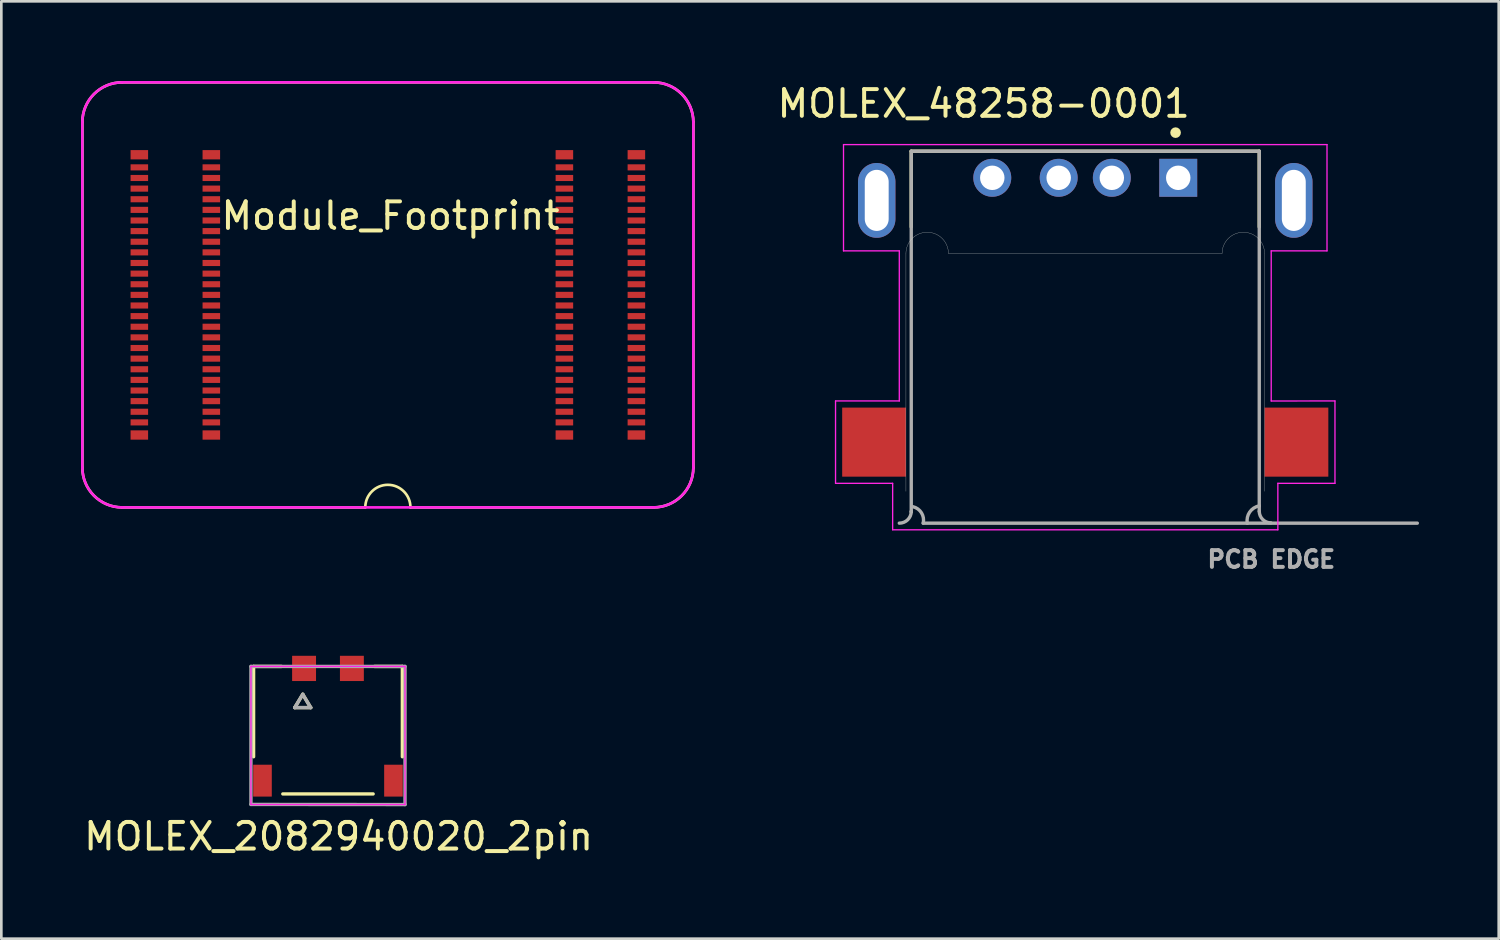
<source format=kicad_pcb>
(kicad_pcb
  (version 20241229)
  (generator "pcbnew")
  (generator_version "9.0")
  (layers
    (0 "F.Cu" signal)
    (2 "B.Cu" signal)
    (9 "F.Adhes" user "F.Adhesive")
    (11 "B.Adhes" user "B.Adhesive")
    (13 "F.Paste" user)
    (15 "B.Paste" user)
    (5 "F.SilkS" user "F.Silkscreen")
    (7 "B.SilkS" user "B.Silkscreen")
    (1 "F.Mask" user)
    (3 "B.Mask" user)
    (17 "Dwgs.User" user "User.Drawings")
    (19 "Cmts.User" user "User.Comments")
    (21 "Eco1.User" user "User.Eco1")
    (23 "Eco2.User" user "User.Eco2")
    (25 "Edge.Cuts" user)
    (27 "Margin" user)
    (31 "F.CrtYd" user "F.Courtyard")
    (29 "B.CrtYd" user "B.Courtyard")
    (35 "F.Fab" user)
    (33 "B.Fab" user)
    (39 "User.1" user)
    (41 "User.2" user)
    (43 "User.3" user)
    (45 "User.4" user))
  (footprint "MOLEX_48258-0001"
    (layer "F.Cu")
    (at 37.752 15.443)
    (property "Reference" "MOLEX_48258-0001" (at -3.775 -14.591 0) (layer "F.SilkS") (effects (font (size 1.005 1.005) (thickness 0.15))))
    (attr through_hole)
    (fp_line (start -6.5 -12.8) (end -6.5 -9.95) (stroke (width 0.127) (type solid)) (layer "F.SilkS"))
    (fp_line (start -6.5 -12.8) (end 6.6 -12.8) (stroke (width 0.127) (type solid)) (layer "F.SilkS"))
    (fp_line (start 6.6 -12.8) (end 6.6 -9.95) (stroke (width 0.127) (type solid)) (layer "F.SilkS"))
    (fp_circle (center 3.45 -13.5) (end 3.55 -13.5) (stroke (width 0.2) (type solid)) (fill no) (layer "F.SilkS"))
    (fp_line (start -6.7 -8.95) (end -6.7 0) (stroke (width 0.01) (type solid)) (layer "Edge.Cuts"))
    (fp_line (start -5.1 -8.95) (end 5.2 -8.95) (stroke (width 0.01) (type solid)) (layer "Edge.Cuts"))
    (fp_line (start 6.8 -8.95) (end 6.8 0) (stroke (width 0.01) (type solid)) (layer "Edge.Cuts"))
    (fp_arc (start -6.7 -8.95) (mid -5.9 -9.75) (end -5.1 -8.95) (stroke (width 0.01) (type default)) (layer "Edge.Cuts"))
    (fp_arc (start 5.2 -8.95) (mid 6 -9.75) (end 6.8 -8.95) (stroke (width 0.01) (type default)) (layer "Edge.Cuts"))
    (fp_line (start -9.35 -3.4) (end -6.95 -3.4) (stroke (width 0.05) (type solid)) (layer "F.CrtYd"))
    (fp_line (start -9.35 -0.3) (end -9.35 -3.4) (stroke (width 0.05) (type solid)) (layer "F.CrtYd"))
    (fp_line (start -9.05 -13.05) (end -9.05 -9.05) (stroke (width 0.05) (type solid)) (layer "F.CrtYd"))
    (fp_line (start -9.05 -13.05) (end 9.15 -13.05) (stroke (width 0.05) (type solid)) (layer "F.CrtYd"))
    (fp_line (start -9.05 -9.05) (end -6.95 -9.05) (stroke (width 0.05) (type solid)) (layer "F.CrtYd"))
    (fp_line (start -7.2 -0.3) (end -9.35 -0.3) (stroke (width 0.05) (type solid)) (layer "F.CrtYd"))
    (fp_line (start -7.2 1.45) (end -7.2 -0.3) (stroke (width 0.05) (type solid)) (layer "F.CrtYd"))
    (fp_line (start -6.95 -9.05) (end -6.95 -3.4) (stroke (width 0.05) (type solid)) (layer "F.CrtYd"))
    (fp_line (start 7.05 -9.05) (end 7.05 -3.399) (stroke (width 0.05) (type solid)) (layer "F.CrtYd"))
    (fp_line (start 7.05 -3.399) (end 9.45 -3.4) (stroke (width 0.05) (type solid)) (layer "F.CrtYd"))
    (fp_line (start 7.3 -0.3) (end 7.3 1.45) (stroke (width 0.05) (type solid)) (layer "F.CrtYd"))
    (fp_line (start 7.3 1.45) (end -7.2 1.45) (stroke (width 0.05) (type solid)) (layer "F.CrtYd"))
    (fp_line (start 9.15 -13.05) (end 9.15 -9.05) (stroke (width 0.05) (type solid)) (layer "F.CrtYd"))
    (fp_line (start 9.15 -9.05) (end 7.05 -9.05) (stroke (width 0.05) (type solid)) (layer "F.CrtYd"))
    (fp_line (start 9.45 -3.4) (end 9.45 -0.3) (stroke (width 0.05) (type solid)) (layer "F.CrtYd"))
    (fp_line (start 9.45 -0.3) (end 7.3 -0.3) (stroke (width 0.05) (type solid)) (layer "F.CrtYd"))
    (fp_line (start -6.5 -12.8) (end 6.6 -12.8) (stroke (width 0.127) (type solid)) (layer "F.Fab"))
    (fp_line (start -6.5 0.76) (end -6.5 -12.8) (stroke (width 0.127) (type solid)) (layer "F.Fab"))
    (fp_line (start -6.5 0.78) (end -6.5 0.76) (stroke (width 0.127) (type solid)) (layer "F.Fab"))
    (fp_line (start -6.05 1.2) (end 6.15 1.2) (stroke (width 0.127) (type solid)) (layer "F.Fab"))
    (fp_line (start 6.15 1.2) (end 12.55 1.2) (stroke (width 0.127) (type solid)) (layer "F.Fab"))
    (fp_line (start 6.6 -12.8) (end 6.6 0.55) (stroke (width 0.127) (type solid)) (layer "F.Fab"))
    (fp_line (start 6.6 0.55) (end 6.6 0.76) (stroke (width 0.127) (type solid)) (layer "F.Fab"))
    (fp_arc (start -6.5 0.76) (mid -6.633873 1.073198) (end -6.95 1.2) (stroke (width 0.127) (type solid)) (layer "F.Fab"))
    (fp_arc (start -6.44 0.58) (mid -6.116594 0.809228) (end -6.05 1.2) (stroke (width 0.127) (type solid)) (layer "F.Fab"))
    (fp_arc (start 6.15 1.2) (mid 6.240381 0.781802) (end 6.6 0.55) (stroke (width 0.127) (type solid)) (layer "F.Fab"))
    (fp_arc (start 7.04 1.19) (mid 6.728873 1.061127) (end 6.6 0.75) (stroke (width 0.127) (type solid)) (layer "F.Fab"))
    (fp_text user "PCB EDGE" (at 7.053 2.562 0) (layer "F.Fab") (effects (font (size 0.63 0.63) (thickness 0.15))))
    (pad "1" thru_hole rect (at 3.55 -11.8) (size 1.428 1.428) (drill 0.92) (layers "*.Cu" "*.Mask"))
    (pad "2" thru_hole circle (at 1.05 -11.8) (size 1.428 1.428) (drill 0.92) (layers "*.Cu" "*.Mask"))
    (pad "3" thru_hole circle (at -0.95 -11.8) (size 1.428 1.428) (drill 0.92) (layers "*.Cu" "*.Mask"))
    (pad "4" thru_hole circle (at -3.45 -11.8) (size 1.428 1.428) (drill 0.92) (layers "*.Cu" "*.Mask"))
    (pad "5" smd rect (at -7.9 -1.85) (size 2.4 2.6) (layers "F.Cu" "F.Mask" "F.Paste"))
    (pad "5" thru_hole oval (at -7.8 -10.95) (size 1.408 2.816) (drill oval 0.9 2.3) (layers "*.Cu" "*.Mask"))
    (pad "5" thru_hole oval (at 7.9 -10.95) (size 1.408 2.816) (drill oval 0.9 2.3) (layers "*.Cu" "*.Mask"))
    (pad "5" smd rect (at 8 -1.85) (size 2.4 2.6) (layers "F.Cu" "F.Mask" "F.Paste")))
  (footprint "MOLEX_2082940020_2pin"
    (layer "F.Cu")
    (at 9.296 26.336)
    (property "Reference" "MOLEX_2082940020_2pin" (at 0.4 2.1 180) (layer "F.SilkS") (effects (font (size 1 1) (thickness 0.15))))
    (attr smd)
    (fp_line (start -2.8 -4.3) (end -1.75 -4.3) (stroke (width 0.127) (type solid)) (layer "F.SilkS"))
    (fp_line (start -2.8 -0.9) (end -2.8 -4.3) (stroke (width 0.127) (type solid)) (layer "F.SilkS"))
    (fp_line (start -1.7 0.5) (end 1.7 0.5) (stroke (width 0.127) (type solid)) (layer "F.SilkS"))
    (fp_line (start -1.25 -2.75) (end -0.95 -3.25) (stroke (width 0.127) (type solid)) (layer "F.SilkS"))
    (fp_line (start -0.95 -3.25) (end -0.65 -2.75) (stroke (width 0.127) (type solid)) (layer "F.SilkS"))
    (fp_line (start -0.65 -2.75) (end -1.25 -2.75) (stroke (width 0.127) (type solid)) (layer "F.SilkS"))
    (fp_line (start 1.75 -4.3) (end 2.8 -4.3) (stroke (width 0.127) (type solid)) (layer "F.SilkS"))
    (fp_line (start 2.8 -4.3) (end 2.8 -0.9) (stroke (width 0.127) (type solid)) (layer "F.SilkS"))
    (fp_line (start -2.9 0.9) (end -2.9 -4.3) (stroke (width 0.05) (type solid)) (layer "F.CrtYd"))
    (fp_line (start 2.9 -4.3) (end -2.9 -4.3) (stroke (width 0.05) (type solid)) (layer "F.CrtYd"))
    (fp_line (start 2.9 -4.3) (end 2.9 0.9) (stroke (width 0.05) (type solid)) (layer "F.CrtYd"))
    (fp_line (start 2.9 0.9) (end -2.9 0.9) (stroke (width 0.05) (type solid)) (layer "F.CrtYd"))
    (fp_line (start -2.9 -4.3) (end 2.9 -4.3) (stroke (width 0.127) (type solid)) (layer "F.Fab"))
    (fp_line (start -2.9 0.895) (end -2.9 -4.3) (stroke (width 0.127) (type solid)) (layer "F.Fab"))
    (fp_line (start -1.25 -2.75) (end -0.95 -3.25) (stroke (width 0.127) (type solid)) (layer "F.Fab"))
    (fp_line (start -0.95 -3.25) (end -0.65 -2.75) (stroke (width 0.127) (type solid)) (layer "F.Fab"))
    (fp_line (start -0.65 -2.75) (end -1.25 -2.75) (stroke (width 0.127) (type solid)) (layer "F.Fab"))
    (fp_line (start 2.9 -4.3) (end 2.9 0.9) (stroke (width 0.127) (type solid)) (layer "F.Fab"))
    (fp_line (start 2.9 0.9) (end -2.9 0.895) (stroke (width 0.127) (type solid)) (layer "F.Fab"))
    (pad "1" smd rect (at -0.9 -4.225 180) (size 0.9 0.95) (layers "F.Cu" "F.Mask" "F.Paste"))
    (pad "2" smd rect (at 0.9 -4.225 180) (size 0.9 0.95) (layers "F.Cu" "F.Mask" "F.Paste"))
    (pad "MP" smd rect (at -2.465 0 180) (size 0.7 1.2) (layers "F.Cu" "F.Mask" "F.Paste"))
    (pad "MP" smd rect (at 2.465 0 180) (size 0.7 1.2) (layers "F.Cu" "F.Mask" "F.Paste")))
  (footprint "Module_Footprint"
    (layer "F.Cu")
    (at 11.55 8.05)
    (property "Reference" "Module_Footprint" (at 0.1 -2.975 0) (unlocked yes) (layer "F.SilkS") (effects (font (size 1 1) (thickness 0.15))))
    (attr smd)
    (fp_line (start -11.5 6.5) (end -11.5 -6.5) (stroke (width 0.1) (type solid)) (layer "F.SilkS"))
    (fp_line (start -10 -8) (end 10 -8) (stroke (width 0.1) (type solid)) (layer "F.SilkS"))
    (fp_line (start -0.85 8) (end -10 8) (stroke (width 0.1) (type solid)) (layer "F.SilkS"))
    (fp_line (start 10 8) (end 0.85 8) (stroke (width 0.1) (type solid)) (layer "F.SilkS"))
    (fp_line (start 11.5 -6.5) (end 11.5 6.5) (stroke (width 0.1) (type solid)) (layer "F.SilkS"))
    (fp_arc (start -11.5 -6.5) (mid -11.06066 -7.56066) (end -10 -8) (stroke (width 0.1) (type solid)) (layer "F.SilkS"))
    (fp_arc (start -10 8) (mid -11.06066 7.56066) (end -11.5 6.5) (stroke (width 0.1) (type solid)) (layer "F.SilkS"))
    (fp_arc (start -0.85 8) (mid 0 7.15) (end 0.85 8) (stroke (width 0.1) (type solid)) (layer "F.SilkS"))
    (fp_arc (start 10 -8) (mid 11.06066 -7.56066) (end 11.5 -6.5) (stroke (width 0.1) (type solid)) (layer "F.SilkS"))
    (fp_arc (start 11.5 6.5) (mid 11.06066 7.56066) (end 10 8) (stroke (width 0.1) (type solid)) (layer "F.SilkS"))
    (fp_line (start -11.5 6.5) (end -11.5 -6.5) (stroke (width 0.1) (type solid)) (layer "F.CrtYd"))
    (fp_line (start -10 -8) (end 10 -8) (stroke (width 0.1) (type solid)) (layer "F.CrtYd"))
    (fp_line (start 10 8) (end -10 8) (stroke (width 0.1) (type solid)) (layer "F.CrtYd"))
    (fp_line (start 11.5 -6.5) (end 11.5 6.5) (stroke (width 0.1) (type solid)) (layer "F.CrtYd"))
    (fp_arc (start -11.5 -6.5) (mid -11.06066 -7.56066) (end -10 -8) (stroke (width 0.1) (type solid)) (layer "F.CrtYd"))
    (fp_arc (start -10 8) (mid -11.06066 7.56066) (end -11.5 6.5) (stroke (width 0.1) (type solid)) (layer "F.CrtYd"))
    (fp_arc (start 10 -8) (mid 11.06066 -7.56066) (end 11.5 -6.5) (stroke (width 0.1) (type solid)) (layer "F.CrtYd"))
    (fp_arc (start 11.5 6.5) (mid 11.06066 7.56066) (end 10 8) (stroke (width 0.1) (type solid)) (layer "F.CrtYd"))
    (pad "1" smd rect (at 6.645 -4.8 90) (size 0.23 0.66) (layers "F.Cu" "F.Mask" "F.Paste"))
    (pad "2" smd rect (at 9.355 -4.8 90) (size 0.23 0.66) (layers "F.Cu" "F.Mask" "F.Paste"))
    (pad "3" smd rect (at 6.645 -4.4 90) (size 0.23 0.66) (layers "F.Cu" "F.Mask" "F.Paste"))
    (pad "4" smd rect (at 9.355 -4.4 90) (size 0.23 0.66) (layers "F.Cu" "F.Mask" "F.Paste"))
    (pad "5" smd rect (at 6.645 -4 90) (size 0.23 0.66) (layers "F.Cu" "F.Mask" "F.Paste"))
    (pad "6" smd rect (at 9.355 -4 90) (size 0.23 0.66) (layers "F.Cu" "F.Mask" "F.Paste"))
    (pad "7" smd rect (at 6.645 -3.6 90) (size 0.23 0.66) (layers "F.Cu" "F.Mask" "F.Paste"))
    (pad "8" smd rect (at 9.355 -3.6 90) (size 0.23 0.66) (layers "F.Cu" "F.Mask" "F.Paste"))
    (pad "9" smd rect (at 6.645 -3.2 90) (size 0.23 0.66) (layers "F.Cu" "F.Mask" "F.Paste"))
    (pad "10" smd rect (at 9.355 -3.2 90) (size 0.23 0.66) (layers "F.Cu" "F.Mask" "F.Paste"))
    (pad "11" smd rect (at 6.645 -2.8 90) (size 0.23 0.66) (layers "F.Cu" "F.Mask" "F.Paste"))
    (pad "12" smd rect (at 9.355 -2.8 90) (size 0.23 0.66) (layers "F.Cu" "F.Mask" "F.Paste"))
    (pad "13" smd rect (at 6.645 -2.4 90) (size 0.23 0.66) (layers "F.Cu" "F.Mask" "F.Paste"))
    (pad "14" smd rect (at 9.355 -2.4 90) (size 0.23 0.66) (layers "F.Cu" "F.Mask" "F.Paste"))
    (pad "15" smd rect (at 6.645 -2 90) (size 0.23 0.66) (layers "F.Cu" "F.Mask" "F.Paste"))
    (pad "16" smd rect (at 9.355 -2 90) (size 0.23 0.66) (layers "F.Cu" "F.Mask" "F.Paste"))
    (pad "17" smd rect (at 6.645 -1.6 90) (size 0.23 0.66) (layers "F.Cu" "F.Mask" "F.Paste"))
    (pad "18" smd rect (at 9.355 -1.6 90) (size 0.23 0.66) (layers "F.Cu" "F.Mask" "F.Paste"))
    (pad "19" smd rect (at 6.645 -1.2 90) (size 0.23 0.66) (layers "F.Cu" "F.Mask" "F.Paste"))
    (pad "20" smd rect (at 9.355 -1.2 90) (size 0.23 0.66) (layers "F.Cu" "F.Mask" "F.Paste"))
    (pad "21" smd rect (at 6.645 -0.8 90) (size 0.23 0.66) (layers "F.Cu" "F.Mask" "F.Paste"))
    (pad "22" smd rect (at 9.355 -0.8 90) (size 0.23 0.66) (layers "F.Cu" "F.Mask" "F.Paste"))
    (pad "23" smd rect (at 6.645 -0.4 90) (size 0.23 0.66) (layers "F.Cu" "F.Mask" "F.Paste"))
    (pad "24" smd rect (at 9.355 -0.4 90) (size 0.23 0.66) (layers "F.Cu" "F.Mask" "F.Paste"))
    (pad "25" smd rect (at 6.645 0 90) (size 0.23 0.66) (layers "F.Cu" "F.Mask" "F.Paste"))
    (pad "26" smd rect (at 9.355 0 90) (size 0.23 0.66) (layers "F.Cu" "F.Mask" "F.Paste"))
    (pad "27" smd rect (at 6.645 0.4 90) (size 0.23 0.66) (layers "F.Cu" "F.Mask" "F.Paste"))
    (pad "28" smd rect (at 9.355 0.4 90) (size 0.23 0.66) (layers "F.Cu" "F.Mask" "F.Paste"))
    (pad "29" smd rect (at 6.645 0.8 90) (size 0.23 0.66) (layers "F.Cu" "F.Mask" "F.Paste"))
    (pad "30" smd rect (at 9.355 0.8 90) (size 0.23 0.66) (layers "F.Cu" "F.Mask" "F.Paste"))
    (pad "31" smd rect (at 6.645 1.2 90) (size 0.23 0.66) (layers "F.Cu" "F.Mask" "F.Paste"))
    (pad "32" smd rect (at 9.355 1.2 90) (size 0.23 0.66) (layers "F.Cu" "F.Mask" "F.Paste"))
    (pad "33" smd rect (at 6.645 1.6 90) (size 0.23 0.66) (layers "F.Cu" "F.Mask" "F.Paste"))
    (pad "34" smd rect (at 9.355 1.6 90) (size 0.23 0.66) (layers "F.Cu" "F.Mask" "F.Paste"))
    (pad "35" smd rect (at 6.645 2 90) (size 0.23 0.66) (layers "F.Cu" "F.Mask" "F.Paste"))
    (pad "36" smd rect (at 9.355 2 90) (size 0.23 0.66) (layers "F.Cu" "F.Mask" "F.Paste"))
    (pad "37" smd rect (at 6.645 2.4 90) (size 0.23 0.66) (layers "F.Cu" "F.Mask" "F.Paste"))
    (pad "38" smd rect (at 9.355 2.4 90) (size 0.23 0.66) (layers "F.Cu" "F.Mask" "F.Paste"))
    (pad "39" smd rect (at 6.645 2.8 90) (size 0.23 0.66) (layers "F.Cu" "F.Mask" "F.Paste"))
    (pad "40" smd rect (at 9.355 2.8 90) (size 0.23 0.66) (layers "F.Cu" "F.Mask" "F.Paste"))
    (pad "41" smd rect (at 6.645 3.2 90) (size 0.23 0.66) (layers "F.Cu" "F.Mask" "F.Paste"))
    (pad "42" smd rect (at 9.355 3.2 90) (size 0.23 0.66) (layers "F.Cu" "F.Mask" "F.Paste"))
    (pad "43" smd rect (at 6.645 3.6 90) (size 0.23 0.66) (layers "F.Cu" "F.Mask" "F.Paste"))
    (pad "44" smd rect (at 9.355 3.6 90) (size 0.23 0.66) (layers "F.Cu" "F.Mask" "F.Paste"))
    (pad "45" smd rect (at 6.645 4 90) (size 0.23 0.66) (layers "F.Cu" "F.Mask" "F.Paste"))
    (pad "46" smd rect (at 9.355 4 90) (size 0.23 0.66) (layers "F.Cu" "F.Mask" "F.Paste"))
    (pad "47" smd rect (at 6.645 4.4 90) (size 0.23 0.66) (layers "F.Cu" "F.Mask" "F.Paste"))
    (pad "48" smd rect (at 9.355 4.4 90) (size 0.23 0.66) (layers "F.Cu" "F.Mask" "F.Paste"))
    (pad "49" smd rect (at 6.645 4.8 90) (size 0.23 0.66) (layers "F.Cu" "F.Mask" "F.Paste"))
    (pad "50" smd rect (at 9.355 4.8 90) (size 0.23 0.66) (layers "F.Cu" "F.Mask" "F.Paste"))
    (pad "51" smd rect (at -9.355 -4.8 90) (size 0.23 0.66) (layers "F.Cu" "F.Mask" "F.Paste"))
    (pad "52" smd rect (at -6.645 -4.8 90) (size 0.23 0.66) (layers "F.Cu" "F.Mask" "F.Paste"))
    (pad "53" smd rect (at -9.355 -4.4 90) (size 0.23 0.66) (layers "F.Cu" "F.Mask" "F.Paste"))
    (pad "54" smd rect (at -6.645 -4.4 90) (size 0.23 0.66) (layers "F.Cu" "F.Mask" "F.Paste"))
    (pad "55" smd rect (at -9.355 -4 90) (size 0.23 0.66) (layers "F.Cu" "F.Mask" "F.Paste"))
    (pad "56" smd rect (at -6.645 -4 90) (size 0.23 0.66) (layers "F.Cu" "F.Mask" "F.Paste"))
    (pad "57" smd rect (at -9.355 -3.6 90) (size 0.23 0.66) (layers "F.Cu" "F.Mask" "F.Paste"))
    (pad "58" smd rect (at -6.645 -3.6 90) (size 0.23 0.66) (layers "F.Cu" "F.Mask" "F.Paste"))
    (pad "59" smd rect (at -9.355 -3.2 90) (size 0.23 0.66) (layers "F.Cu" "F.Mask" "F.Paste"))
    (pad "60" smd rect (at -6.645 -3.2 90) (size 0.23 0.66) (layers "F.Cu" "F.Mask" "F.Paste"))
    (pad "61" smd rect (at -9.355 -2.8 90) (size 0.23 0.66) (layers "F.Cu" "F.Mask" "F.Paste"))
    (pad "62" smd rect (at -6.645 -2.8 90) (size 0.23 0.66) (layers "F.Cu" "F.Mask" "F.Paste"))
    (pad "63" smd rect (at -9.355 -2.4 90) (size 0.23 0.66) (layers "F.Cu" "F.Mask" "F.Paste"))
    (pad "64" smd rect (at -6.645 -2.4 90) (size 0.23 0.66) (layers "F.Cu" "F.Mask" "F.Paste"))
    (pad "65" smd rect (at -9.355 -2 90) (size 0.23 0.66) (layers "F.Cu" "F.Mask" "F.Paste"))
    (pad "66" smd rect (at -6.645 -2 90) (size 0.23 0.66) (layers "F.Cu" "F.Mask" "F.Paste"))
    (pad "67" smd rect (at -9.355 -1.6 90) (size 0.23 0.66) (layers "F.Cu" "F.Mask" "F.Paste"))
    (pad "68" smd rect (at -6.645 -1.6 90) (size 0.23 0.66) (layers "F.Cu" "F.Mask" "F.Paste"))
    (pad "69" smd rect (at -9.355 -1.2 90) (size 0.23 0.66) (layers "F.Cu" "F.Mask" "F.Paste"))
    (pad "70" smd rect (at -6.645 -1.2 90) (size 0.23 0.66) (layers "F.Cu" "F.Mask" "F.Paste"))
    (pad "71" smd rect (at -9.355 -0.8 90) (size 0.23 0.66) (layers "F.Cu" "F.Mask" "F.Paste"))
    (pad "72" smd rect (at -6.645 -0.8 90) (size 0.23 0.66) (layers "F.Cu" "F.Mask" "F.Paste"))
    (pad "73" smd rect (at -9.355 -0.4 90) (size 0.23 0.66) (layers "F.Cu" "F.Mask" "F.Paste"))
    (pad "74" smd rect (at -6.645 -0.4 90) (size 0.23 0.66) (layers "F.Cu" "F.Mask" "F.Paste"))
    (pad "75" smd rect (at -9.355 0 90) (size 0.23 0.66) (layers "F.Cu" "F.Mask" "F.Paste"))
    (pad "76" smd rect (at -6.645 0 90) (size 0.23 0.66) (layers "F.Cu" "F.Mask" "F.Paste"))
    (pad "77" smd rect (at -9.355 0.4 90) (size 0.23 0.66) (layers "F.Cu" "F.Mask" "F.Paste"))
    (pad "78" smd rect (at -6.645 0.4 90) (size 0.23 0.66) (layers "F.Cu" "F.Mask" "F.Paste"))
    (pad "79" smd rect (at -9.355 0.8 90) (size 0.23 0.66) (layers "F.Cu" "F.Mask" "F.Paste"))
    (pad "80" smd rect (at -6.645 0.8 90) (size 0.23 0.66) (layers "F.Cu" "F.Mask" "F.Paste"))
    (pad "81" smd rect (at -9.355 1.2 90) (size 0.23 0.66) (layers "F.Cu" "F.Mask" "F.Paste"))
    (pad "82" smd rect (at -6.645 1.2 90) (size 0.23 0.66) (layers "F.Cu" "F.Mask" "F.Paste"))
    (pad "83" smd rect (at -9.355 1.6 90) (size 0.23 0.66) (layers "F.Cu" "F.Mask" "F.Paste"))
    (pad "84" smd rect (at -6.645 1.6 90) (size 0.23 0.66) (layers "F.Cu" "F.Mask" "F.Paste"))
    (pad "85" smd rect (at -9.355 2 90) (size 0.23 0.66) (layers "F.Cu" "F.Mask" "F.Paste"))
    (pad "86" smd rect (at -6.645 2 90) (size 0.23 0.66) (layers "F.Cu" "F.Mask" "F.Paste"))
    (pad "87" smd rect (at -9.355 2.4 90) (size 0.23 0.66) (layers "F.Cu" "F.Mask" "F.Paste"))
    (pad "88" smd rect (at -6.645 2.4 90) (size 0.23 0.66) (layers "F.Cu" "F.Mask" "F.Paste"))
    (pad "89" smd rect (at -9.355 2.8 90) (size 0.23 0.66) (layers "F.Cu" "F.Mask" "F.Paste"))
    (pad "90" smd rect (at -6.645 2.8 90) (size 0.23 0.66) (layers "F.Cu" "F.Mask" "F.Paste"))
    (pad "91" smd rect (at -9.355 3.2 90) (size 0.23 0.66) (layers "F.Cu" "F.Mask" "F.Paste"))
    (pad "92" smd rect (at -6.645 3.2 90) (size 0.23 0.66) (layers "F.Cu" "F.Mask" "F.Paste"))
    (pad "93" smd rect (at -9.355 3.6 90) (size 0.23 0.66) (layers "F.Cu" "F.Mask" "F.Paste"))
    (pad "94" smd rect (at -6.645 3.6 90) (size 0.23 0.66) (layers "F.Cu" "F.Mask" "F.Paste"))
    (pad "95" smd rect (at -9.355 4 90) (size 0.23 0.66) (layers "F.Cu" "F.Mask" "F.Paste"))
    (pad "96" smd rect (at -6.645 4 90) (size 0.23 0.66) (layers "F.Cu" "F.Mask" "F.Paste"))
    (pad "97" smd rect (at -9.355 4.4 90) (size 0.23 0.66) (layers "F.Cu" "F.Mask" "F.Paste"))
    (pad "98" smd rect (at -6.645 4.4 90) (size 0.23 0.66) (layers "F.Cu" "F.Mask" "F.Paste"))
    (pad "99" smd rect (at -9.355 4.8 90) (size 0.23 0.66) (layers "F.Cu" "F.Mask" "F.Paste"))
    (pad "100" smd rect (at -6.645 4.8 90) (size 0.23 0.66) (layers "F.Cu" "F.Mask" "F.Paste"))
    (pad "MP1" smd rect (at -9.355 -5.275 90) (size 0.35 0.66) (layers "F.Cu" "F.Mask" "F.Paste"))
    (pad "MP2" smd rect (at -6.645 -5.275 90) (size 0.35 0.66) (layers "F.Cu" "F.Mask" "F.Paste"))
    (pad "MP3" smd rect (at -9.355 5.275 90) (size 0.35 0.66) (layers "F.Cu" "F.Mask" "F.Paste"))
    (pad "MP4" smd rect (at -6.645 5.275 90) (size 0.35 0.66) (layers "F.Cu" "F.Mask" "F.Paste"))
    (pad "MP5" smd rect (at 6.645 -5.275 90) (size 0.35 0.66) (layers "F.Cu" "F.Mask" "F.Paste"))
    (pad "MP6" smd rect (at 9.355 -5.275 90) (size 0.35 0.66) (layers "F.Cu" "F.Mask" "F.Paste"))
    (pad "MP7" smd rect (at 6.645 5.275 90) (size 0.35 0.66) (layers "F.Cu" "F.Mask" "F.Paste"))
    (pad "MP8" smd rect (at 9.355 5.275 90) (size 0.35 0.66) (layers "F.Cu" "F.Mask" "F.Paste")))
  (gr_rect
    (start -3 -3)
    (end 53.366 32.285)
    (stroke (width 0.1) (type default))
    (fill no)
    (layer "Edge.Cuts")))
</source>
